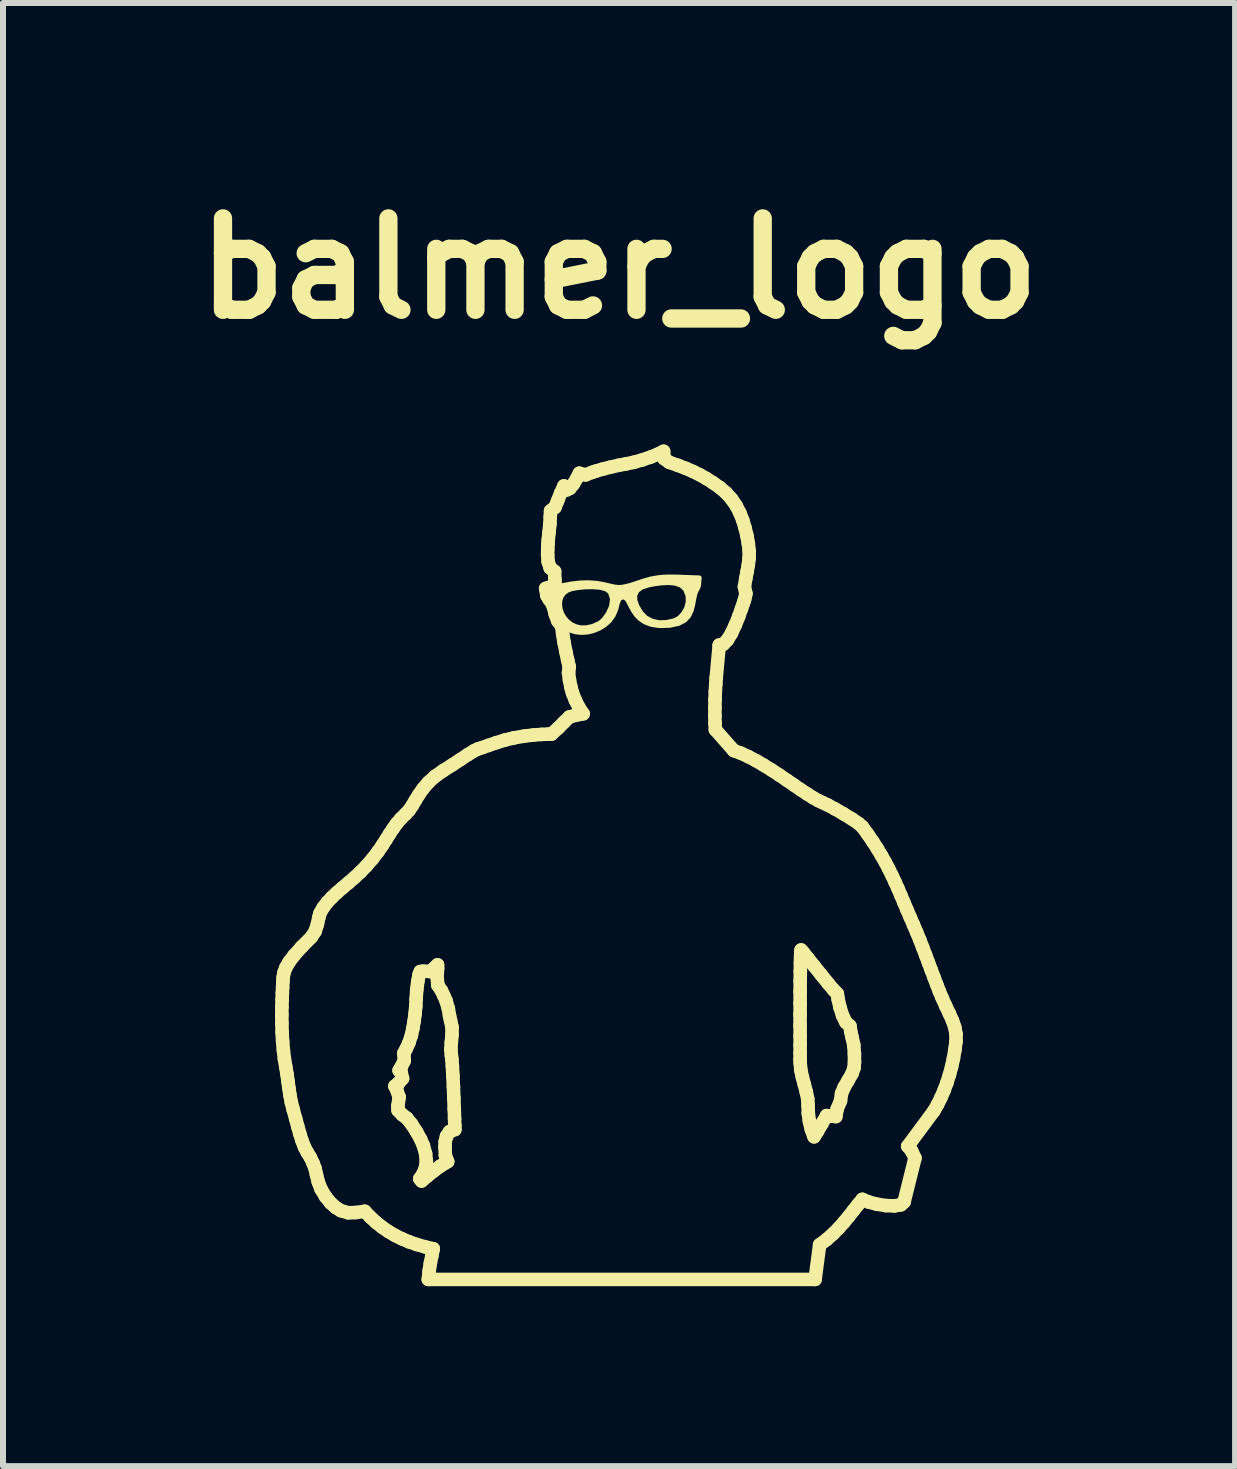
<source format=kicad_pcb>
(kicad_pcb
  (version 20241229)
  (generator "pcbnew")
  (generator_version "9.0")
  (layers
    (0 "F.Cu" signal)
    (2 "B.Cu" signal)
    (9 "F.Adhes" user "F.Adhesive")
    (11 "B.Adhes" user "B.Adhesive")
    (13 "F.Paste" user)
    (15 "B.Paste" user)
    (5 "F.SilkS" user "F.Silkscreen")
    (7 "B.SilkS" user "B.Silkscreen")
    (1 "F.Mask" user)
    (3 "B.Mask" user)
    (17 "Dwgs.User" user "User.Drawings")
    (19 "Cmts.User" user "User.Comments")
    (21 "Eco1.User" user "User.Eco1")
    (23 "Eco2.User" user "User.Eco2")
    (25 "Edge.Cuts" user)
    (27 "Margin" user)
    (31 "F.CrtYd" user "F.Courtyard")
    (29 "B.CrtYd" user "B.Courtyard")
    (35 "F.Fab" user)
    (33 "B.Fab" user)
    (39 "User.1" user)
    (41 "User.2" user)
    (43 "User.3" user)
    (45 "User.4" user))
  (footprint "balmer_logo"
    (layer "F.Cu")
    (at 7.272 11.378)
    (property "Reference" "balmer_logo" (at 0 -9.952 0) (layer "F.SilkS") (effects (font (size 1.524 1.524) (thickness 0.305))))
    (attr smd)
    (fp_poly (pts (xy 0.498 -4.686) (xy 0.376 -4.647) (xy 0.3 -4.588) (xy 0.265 -4.514) (xy 0.268 -4.426) (xy 0.303 -4.329) (xy 0.366 -4.223) (xy 0.446 -4.14) (xy 0.547 -4.085) (xy 0.665 -4.058) (xy 0.794 -4.06) (xy 0.931 -4.092) (xy 1.008 -4.134) (xy 1.075 -4.205) (xy 1.127 -4.297) (xy 1.155 -4.401) (xy 1.151 -4.509) (xy 1.109 -4.614) (xy 1.039 -4.679) (xy 0.941 -4.713) (xy 0.826 -4.724) (xy 0.707 -4.719) (xy 0.594 -4.704) (xy 0.498 -4.686)) (stroke (width 0.08) (type solid)) (fill yes) (layer "F.Mask"))
    (fp_poly (pts (xy -0.792 -4.598) (xy -0.868 -4.57) (xy -0.926 -4.525) (xy -0.965 -4.469) (xy -0.987 -4.403) (xy -0.992 -4.332) (xy -0.982 -4.258) (xy -0.958 -4.186) (xy -0.919 -4.117) (xy -0.867 -4.055) (xy -0.802 -4.004) (xy -0.726 -3.967) (xy -0.639 -3.947) (xy -0.543 -3.948) (xy -0.437 -3.972) (xy -0.323 -4.024) (xy -0.256 -4.082) (xy -0.185 -4.18) (xy -0.129 -4.302) (xy -0.111 -4.429) (xy -0.15 -4.546) (xy -0.216 -4.594) (xy -0.32 -4.621) (xy -0.444 -4.631) (xy -0.575 -4.627) (xy -0.696 -4.615) (xy -0.792 -4.598)) (stroke (width 0.08) (type solid)) (fill yes) (layer "F.Mask"))
    (fp_line (start -5.623 2.496) (end -5.622 2.638) (stroke (width 0.226) (type solid)) (layer "F.SilkS"))
    (fp_line (start -5.622 2.638) (end -5.618 2.784) (stroke (width 0.226) (type solid)) (layer "F.SilkS"))
    (fp_line (start -5.622 2.363) (end -5.623 2.496) (stroke (width 0.226) (type solid)) (layer "F.SilkS"))
    (fp_line (start -5.618 2.239) (end -5.622 2.363) (stroke (width 0.226) (type solid)) (layer "F.SilkS"))
    (fp_line (start -5.618 2.784) (end -5.61 2.932) (stroke (width 0.226) (type solid)) (layer "F.SilkS"))
    (fp_line (start -5.614 2.129) (end -5.618 2.239) (stroke (width 0.226) (type solid)) (layer "F.SilkS"))
    (fp_line (start -5.61 2.034) (end -5.614 2.129) (stroke (width 0.226) (type solid)) (layer "F.SilkS"))
    (fp_line (start -5.61 2.932) (end -5.597 3.081) (stroke (width 0.226) (type solid)) (layer "F.SilkS"))
    (fp_line (start -5.606 1.944) (end -5.61 2.034) (stroke (width 0.226) (type solid)) (layer "F.SilkS"))
    (fp_line (start -5.6 1.863) (end -5.606 1.944) (stroke (width 0.226) (type solid)) (layer "F.SilkS"))
    (fp_line (start -5.597 3.081) (end -5.58 3.226) (stroke (width 0.226) (type solid)) (layer "F.SilkS"))
    (fp_line (start -5.586 1.785) (end -5.6 1.863) (stroke (width 0.226) (type solid)) (layer "F.SilkS"))
    (fp_line (start -5.58 3.226) (end -5.556 3.367) (stroke (width 0.226) (type solid)) (layer "F.SilkS"))
    (fp_line (start -5.556 3.367) (end -5.537 3.48) (stroke (width 0.226) (type solid)) (layer "F.SilkS"))
    (fp_line (start -5.555 1.703) (end -5.586 1.785) (stroke (width 0.226) (type solid)) (layer "F.SilkS"))
    (fp_line (start -5.537 3.48) (end -5.521 3.596) (stroke (width 0.226) (type solid)) (layer "F.SilkS"))
    (fp_line (start -5.521 3.596) (end -5.505 3.714) (stroke (width 0.226) (type solid)) (layer "F.SilkS"))
    (fp_line (start -5.505 3.714) (end -5.487 3.832) (stroke (width 0.226) (type solid)) (layer "F.SilkS"))
    (fp_line (start -5.501 1.61) (end -5.555 1.703) (stroke (width 0.226) (type solid)) (layer "F.SilkS"))
    (fp_line (start -5.487 3.832) (end -5.465 3.951) (stroke (width 0.226) (type solid)) (layer "F.SilkS"))
    (fp_line (start -5.465 3.951) (end -5.435 4.068) (stroke (width 0.226) (type solid)) (layer "F.SilkS"))
    (fp_line (start -5.435 4.068) (end -5.392 4.224) (stroke (width 0.226) (type solid)) (layer "F.SilkS"))
    (fp_line (start -5.417 1.499) (end -5.501 1.61) (stroke (width 0.226) (type solid)) (layer "F.SilkS"))
    (fp_line (start -5.392 4.224) (end -5.357 4.354) (stroke (width 0.226) (type solid)) (layer "F.SilkS"))
    (fp_line (start -5.357 4.354) (end -5.325 4.47) (stroke (width 0.226) (type solid)) (layer "F.SilkS"))
    (fp_line (start -5.325 4.47) (end -5.29 4.582) (stroke (width 0.226) (type solid)) (layer "F.SilkS"))
    (fp_line (start -5.295 1.363) (end -5.417 1.499) (stroke (width 0.226) (type solid)) (layer "F.SilkS"))
    (fp_line (start -5.29 4.582) (end -5.245 4.699) (stroke (width 0.226) (type solid)) (layer "F.SilkS"))
    (fp_line (start -5.245 4.699) (end -5.198 4.787) (stroke (width 0.226) (type solid)) (layer "F.SilkS"))
    (fp_line (start -5.198 4.787) (end -5.148 4.868) (stroke (width 0.226) (type solid)) (layer "F.SilkS"))
    (fp_line (start -5.148 4.868) (end -5.103 4.964) (stroke (width 0.226) (type solid)) (layer "F.SilkS"))
    (fp_line (start -5.13 1.196) (end -5.295 1.363) (stroke (width 0.226) (type solid)) (layer "F.SilkS"))
    (fp_line (start -5.103 4.964) (end -5.069 5.053) (stroke (width 0.226) (type solid)) (layer "F.SilkS"))
    (fp_line (start -5.069 5.053) (end -5.045 5.159) (stroke (width 0.226) (type solid)) (layer "F.SilkS"))
    (fp_line (start -5.067 1.099) (end -5.13 1.196) (stroke (width 0.226) (type solid)) (layer "F.SilkS"))
    (fp_line (start -5.045 5.159) (end -5.016 5.276) (stroke (width 0.226) (type solid)) (layer "F.SilkS"))
    (fp_line (start -5.03 0.982) (end -5.067 1.099) (stroke (width 0.226) (type solid)) (layer "F.SilkS"))
    (fp_line (start -5.016 5.276) (end -4.97 5.397) (stroke (width 0.226) (type solid)) (layer "F.SilkS"))
    (fp_line (start -5.007 0.873) (end -5.03 0.982) (stroke (width 0.226) (type solid)) (layer "F.SilkS"))
    (fp_line (start -4.987 0.799) (end -5.007 0.873) (stroke (width 0.226) (type solid)) (layer "F.SilkS"))
    (fp_line (start -4.97 5.397) (end -4.894 5.524) (stroke (width 0.226) (type solid)) (layer "F.SilkS"))
    (fp_line (start -4.934 0.706) (end -4.987 0.799) (stroke (width 0.226) (type solid)) (layer "F.SilkS"))
    (fp_line (start -4.894 5.524) (end -4.81 5.628) (stroke (width 0.226) (type solid)) (layer "F.SilkS"))
    (fp_line (start -4.867 0.618) (end -4.934 0.706) (stroke (width 0.226) (type solid)) (layer "F.SilkS"))
    (fp_line (start -4.81 5.628) (end -4.723 5.706) (stroke (width 0.226) (type solid)) (layer "F.SilkS"))
    (fp_line (start -4.789 0.535) (end -4.867 0.618) (stroke (width 0.226) (type solid)) (layer "F.SilkS"))
    (fp_line (start -4.723 5.706) (end -4.64 5.757) (stroke (width 0.226) (type solid)) (layer "F.SilkS"))
    (fp_line (start -4.702 0.453) (end -4.789 0.535) (stroke (width 0.226) (type solid)) (layer "F.SilkS"))
    (fp_line (start -4.64 5.757) (end -4.515 5.793) (stroke (width 0.226) (type solid)) (layer "F.SilkS"))
    (fp_line (start -4.609 0.372) (end -4.702 0.453) (stroke (width 0.226) (type solid)) (layer "F.SilkS"))
    (fp_line (start -4.515 5.793) (end -4.392 5.789) (stroke (width 0.226) (type solid)) (layer "F.SilkS"))
    (fp_line (start -4.511 0.29) (end -4.609 0.372) (stroke (width 0.226) (type solid)) (layer "F.SilkS"))
    (fp_line (start -4.412 0.204) (end -4.511 0.29) (stroke (width 0.226) (type solid)) (layer "F.SilkS"))
    (fp_line (start -4.392 5.789) (end -4.24 5.768) (stroke (width 0.226) (type solid)) (layer "F.SilkS"))
    (fp_line (start -4.313 0.112) (end -4.412 0.204) (stroke (width 0.226) (type solid)) (layer "F.SilkS"))
    (fp_line (start -4.24 5.768) (end -4.146 5.866) (stroke (width 0.226) (type solid)) (layer "F.SilkS"))
    (fp_line (start -4.218 0.014) (end -4.313 0.112) (stroke (width 0.226) (type solid)) (layer "F.SilkS"))
    (fp_line (start -4.146 5.866) (end -4.049 5.955) (stroke (width 0.226) (type solid)) (layer "F.SilkS"))
    (fp_line (start -4.11 -0.11) (end -4.218 0.014) (stroke (width 0.226) (type solid)) (layer "F.SilkS"))
    (fp_line (start -4.049 5.955) (end -3.948 6.035) (stroke (width 0.226) (type solid)) (layer "F.SilkS"))
    (fp_line (start -4.022 -0.225) (end -4.11 -0.11) (stroke (width 0.226) (type solid)) (layer "F.SilkS"))
    (fp_line (start -3.948 -0.332) (end -4.022 -0.225) (stroke (width 0.226) (type solid)) (layer "F.SilkS"))
    (fp_line (start -3.948 6.035) (end -3.843 6.107) (stroke (width 0.226) (type solid)) (layer "F.SilkS"))
    (fp_line (start -3.885 -0.431) (end -3.948 -0.332) (stroke (width 0.226) (type solid)) (layer "F.SilkS"))
    (fp_line (start -3.843 6.107) (end -3.734 6.171) (stroke (width 0.226) (type solid)) (layer "F.SilkS"))
    (fp_line (start -3.827 -0.524) (end -3.885 -0.431) (stroke (width 0.226) (type solid)) (layer "F.SilkS"))
    (fp_line (start -3.769 -0.612) (end -3.827 -0.524) (stroke (width 0.226) (type solid)) (layer "F.SilkS"))
    (fp_line (start -3.738 3.681) (end -3.708 3.741) (stroke (width 0.226) (type solid)) (layer "F.SilkS"))
    (fp_line (start -3.734 6.171) (end -3.619 6.228) (stroke (width 0.226) (type solid)) (layer "F.SilkS"))
    (fp_line (start -3.709 -0.696) (end -3.769 -0.612) (stroke (width 0.226) (type solid)) (layer "F.SilkS"))
    (fp_line (start -3.708 3.741) (end -3.667 3.864) (stroke (width 0.226) (type solid)) (layer "F.SilkS"))
    (fp_line (start -3.687 4.01) (end -3.685 4.085) (stroke (width 0.226) (type solid)) (layer "F.SilkS"))
    (fp_line (start -3.685 4.085) (end -3.611 4.162) (stroke (width 0.226) (type solid)) (layer "F.SilkS"))
    (fp_line (start -3.679 3.632) (end -3.738 3.681) (stroke (width 0.226) (type solid)) (layer "F.SilkS"))
    (fp_line (start -3.668 3.419) (end -3.632 3.46) (stroke (width 0.226) (type solid)) (layer "F.SilkS"))
    (fp_line (start -3.667 3.864) (end -3.687 4.01) (stroke (width 0.226) (type solid)) (layer "F.SilkS"))
    (fp_line (start -3.64 -0.777) (end -3.709 -0.696) (stroke (width 0.226) (type solid)) (layer "F.SilkS"))
    (fp_line (start -3.633 3.362) (end -3.668 3.419) (stroke (width 0.226) (type solid)) (layer "F.SilkS"))
    (fp_line (start -3.632 3.46) (end -3.61 3.554) (stroke (width 0.226) (type solid)) (layer "F.SilkS"))
    (fp_line (start -3.619 6.228) (end -3.499 6.278) (stroke (width 0.226) (type solid)) (layer "F.SilkS"))
    (fp_line (start -3.611 4.162) (end -3.541 4.213) (stroke (width 0.226) (type solid)) (layer "F.SilkS"))
    (fp_line (start -3.61 3.554) (end -3.679 3.632) (stroke (width 0.226) (type solid)) (layer "F.SilkS"))
    (fp_line (start -3.59 3.136) (end -3.581 3.255) (stroke (width 0.226) (type solid)) (layer "F.SilkS"))
    (fp_line (start -3.581 3.255) (end -3.633 3.362) (stroke (width 0.226) (type solid)) (layer "F.SilkS"))
    (fp_line (start -3.558 -0.857) (end -3.64 -0.777) (stroke (width 0.226) (type solid)) (layer "F.SilkS"))
    (fp_line (start -3.553 3.065) (end -3.59 3.136) (stroke (width 0.226) (type solid)) (layer "F.SilkS"))
    (fp_line (start -3.541 4.213) (end -3.459 4.315) (stroke (width 0.226) (type solid)) (layer "F.SilkS"))
    (fp_line (start -3.505 2.963) (end -3.553 3.065) (stroke (width 0.226) (type solid)) (layer "F.SilkS"))
    (fp_line (start -3.501 -0.919) (end -3.558 -0.857) (stroke (width 0.226) (type solid)) (layer "F.SilkS"))
    (fp_line (start -3.499 6.278) (end -3.373 6.322) (stroke (width 0.226) (type solid)) (layer "F.SilkS"))
    (fp_line (start -3.463 2.834) (end -3.505 2.963) (stroke (width 0.226) (type solid)) (layer "F.SilkS"))
    (fp_line (start -3.459 4.315) (end -3.377 4.443) (stroke (width 0.226) (type solid)) (layer "F.SilkS"))
    (fp_line (start -3.449 -0.995) (end -3.501 -0.919) (stroke (width 0.226) (type solid)) (layer "F.SilkS"))
    (fp_line (start -3.438 2.717) (end -3.463 2.834) (stroke (width 0.226) (type solid)) (layer "F.SilkS"))
    (fp_line (start -3.417 2.597) (end -3.438 2.717) (stroke (width 0.226) (type solid)) (layer "F.SilkS"))
    (fp_line (start -3.401 2.475) (end -3.417 2.597) (stroke (width 0.226) (type solid)) (layer "F.SilkS"))
    (fp_line (start -3.398 -1.082) (end -3.449 -0.995) (stroke (width 0.226) (type solid)) (layer "F.SilkS"))
    (fp_line (start -3.39 2.351) (end -3.401 2.475) (stroke (width 0.226) (type solid)) (layer "F.SilkS"))
    (fp_line (start -3.383 2.225) (end -3.39 2.351) (stroke (width 0.226) (type solid)) (layer "F.SilkS"))
    (fp_line (start -3.377 4.443) (end -3.307 4.57) (stroke (width 0.226) (type solid)) (layer "F.SilkS"))
    (fp_line (start -3.374 2.078) (end -3.383 2.225) (stroke (width 0.226) (type solid)) (layer "F.SilkS"))
    (fp_line (start -3.373 6.322) (end -3.239 6.36) (stroke (width 0.226) (type solid)) (layer "F.SilkS"))
    (fp_line (start -3.356 1.937) (end -3.374 2.078) (stroke (width 0.226) (type solid)) (layer "F.SilkS"))
    (fp_line (start -3.34 -1.176) (end -3.398 -1.082) (stroke (width 0.226) (type solid)) (layer "F.SilkS"))
    (fp_line (start -3.335 1.826) (end -3.356 1.937) (stroke (width 0.226) (type solid)) (layer "F.SilkS"))
    (fp_line (start -3.323 5.225) (end -3.293 5.263) (stroke (width 0.226) (type solid)) (layer "F.SilkS"))
    (fp_line (start -3.315 1.771) (end -3.335 1.826) (stroke (width 0.226) (type solid)) (layer "F.SilkS"))
    (fp_line (start -3.307 4.57) (end -3.263 4.672) (stroke (width 0.226) (type solid)) (layer "F.SilkS"))
    (fp_line (start -3.293 5.263) (end -3.199 5.182) (stroke (width 0.226) (type solid)) (layer "F.SilkS"))
    (fp_line (start -3.279 5.163) (end -3.323 5.225) (stroke (width 0.226) (type solid)) (layer "F.SilkS"))
    (fp_line (start -3.27 -1.276) (end -3.34 -1.176) (stroke (width 0.226) (type solid)) (layer "F.SilkS"))
    (fp_line (start -3.266 1.765) (end -3.315 1.771) (stroke (width 0.226) (type solid)) (layer "F.SilkS"))
    (fp_line (start -3.263 4.672) (end -3.226 4.808) (stroke (width 0.226) (type solid)) (layer "F.SilkS"))
    (fp_line (start -3.239 6.36) (end -3.098 6.393) (stroke (width 0.226) (type solid)) (layer "F.SilkS"))
    (fp_line (start -3.233 5.058) (end -3.279 5.163) (stroke (width 0.226) (type solid)) (layer "F.SilkS"))
    (fp_line (start -3.226 4.808) (end -3.213 4.942) (stroke (width 0.226) (type solid)) (layer "F.SilkS"))
    (fp_line (start -3.213 4.942) (end -3.233 5.058) (stroke (width 0.226) (type solid)) (layer "F.SilkS"))
    (fp_line (start -3.199 5.182) (end -3.094 5.098) (stroke (width 0.226) (type solid)) (layer "F.SilkS"))
    (fp_line (start -3.183 -1.379) (end -3.27 -1.276) (stroke (width 0.226) (type solid)) (layer "F.SilkS"))
    (fp_line (start -3.181 6.904) (end 3.268 6.904) (stroke (width 0.226) (type solid)) (layer "F.SilkS"))
    (fp_line (start -3.166 6.761) (end -3.181 6.904) (stroke (width 0.226) (type solid)) (layer "F.SilkS"))
    (fp_line (start -3.152 1.77) (end -3.266 1.765) (stroke (width 0.226) (type solid)) (layer "F.SilkS"))
    (fp_line (start -3.147 6.636) (end -3.166 6.761) (stroke (width 0.226) (type solid)) (layer "F.SilkS"))
    (fp_line (start -3.123 6.517) (end -3.147 6.636) (stroke (width 0.226) (type solid)) (layer "F.SilkS"))
    (fp_line (start -3.098 6.393) (end -3.123 6.517) (stroke (width 0.226) (type solid)) (layer "F.SilkS"))
    (fp_line (start -3.094 5.098) (end -2.981 5.015) (stroke (width 0.226) (type solid)) (layer "F.SilkS"))
    (fp_line (start -3.072 -1.481) (end -3.183 -1.379) (stroke (width 0.226) (type solid)) (layer "F.SilkS"))
    (fp_line (start -3.069 1.701) (end -3.152 1.77) (stroke (width 0.226) (type solid)) (layer "F.SilkS"))
    (fp_line (start -3.034 1.854) (end -3.026 1.721) (stroke (width 0.226) (type solid)) (layer "F.SilkS"))
    (fp_line (start -3.027 1.659) (end -3.069 1.701) (stroke (width 0.226) (type solid)) (layer "F.SilkS"))
    (fp_line (start -3.026 1.721) (end -3.027 1.659) (stroke (width 0.226) (type solid)) (layer "F.SilkS"))
    (fp_line (start -3.022 1.998) (end -3.034 1.854) (stroke (width 0.226) (type solid)) (layer "F.SilkS"))
    (fp_line (start -2.981 5.015) (end -2.858 4.94) (stroke (width 0.226) (type solid)) (layer "F.SilkS"))
    (fp_line (start -2.96 2.093) (end -3.022 1.998) (stroke (width 0.226) (type solid)) (layer "F.SilkS"))
    (fp_line (start -2.931 -1.58) (end -3.072 -1.481) (stroke (width 0.226) (type solid)) (layer "F.SilkS"))
    (fp_line (start -2.924 2.169) (end -2.96 2.093) (stroke (width 0.226) (type solid)) (layer "F.SilkS"))
    (fp_line (start -2.902 4.695) (end -2.899 4.609) (stroke (width 0.226) (type solid)) (layer "F.SilkS"))
    (fp_line (start -2.899 4.609) (end -2.877 4.517) (stroke (width 0.226) (type solid)) (layer "F.SilkS"))
    (fp_line (start -2.896 4.837) (end -2.902 4.695) (stroke (width 0.226) (type solid)) (layer "F.SilkS"))
    (fp_line (start -2.887 2.252) (end -2.924 2.169) (stroke (width 0.226) (type solid)) (layer "F.SilkS"))
    (fp_line (start -2.877 4.517) (end -2.826 4.44) (stroke (width 0.226) (type solid)) (layer "F.SilkS"))
    (fp_line (start -2.858 4.94) (end -2.896 4.837) (stroke (width 0.226) (type solid)) (layer "F.SilkS"))
    (fp_line (start -2.847 2.388) (end -2.887 2.252) (stroke (width 0.226) (type solid)) (layer "F.SilkS"))
    (fp_line (start -2.827 2.508) (end -2.847 2.388) (stroke (width 0.226) (type solid)) (layer "F.SilkS"))
    (fp_line (start -2.826 4.44) (end -2.738 4.406) (stroke (width 0.226) (type solid)) (layer "F.SilkS"))
    (fp_line (start -2.81 2.585) (end -2.827 2.508) (stroke (width 0.226) (type solid)) (layer "F.SilkS"))
    (fp_line (start -2.805 3.069) (end -2.797 2.951) (stroke (width 0.226) (type solid)) (layer "F.SilkS"))
    (fp_line (start -2.797 2.951) (end -2.785 2.825) (stroke (width 0.226) (type solid)) (layer "F.SilkS"))
    (fp_line (start -2.796 3.169) (end -2.805 3.069) (stroke (width 0.226) (type solid)) (layer "F.SilkS"))
    (fp_line (start -2.788 3.231) (end -2.796 3.169) (stroke (width 0.226) (type solid)) (layer "F.SilkS"))
    (fp_line (start -2.785 2.825) (end -2.785 2.7) (stroke (width 0.226) (type solid)) (layer "F.SilkS"))
    (fp_line (start -2.785 2.7) (end -2.81 2.585) (stroke (width 0.226) (type solid)) (layer "F.SilkS"))
    (fp_line (start -2.784 -1.673) (end -2.931 -1.58) (stroke (width 0.226) (type solid)) (layer "F.SilkS"))
    (fp_line (start -2.779 3.35) (end -2.788 3.231) (stroke (width 0.226) (type solid)) (layer "F.SilkS"))
    (fp_line (start -2.771 3.507) (end -2.779 3.35) (stroke (width 0.226) (type solid)) (layer "F.SilkS"))
    (fp_line (start -2.762 3.689) (end -2.771 3.507) (stroke (width 0.226) (type solid)) (layer "F.SilkS"))
    (fp_line (start -2.755 3.879) (end -2.762 3.689) (stroke (width 0.226) (type solid)) (layer "F.SilkS"))
    (fp_line (start -2.748 4.061) (end -2.755 3.879) (stroke (width 0.226) (type solid)) (layer "F.SilkS"))
    (fp_line (start -2.743 4.22) (end -2.748 4.061) (stroke (width 0.226) (type solid)) (layer "F.SilkS"))
    (fp_line (start -2.739 4.34) (end -2.743 4.22) (stroke (width 0.226) (type solid)) (layer "F.SilkS"))
    (fp_line (start -2.738 4.406) (end -2.739 4.34) (stroke (width 0.226) (type solid)) (layer "F.SilkS"))
    (fp_line (start -2.642 -1.766) (end -2.784 -1.673) (stroke (width 0.226) (type solid)) (layer "F.SilkS"))
    (fp_line (start -2.517 -1.849) (end -2.642 -1.766) (stroke (width 0.226) (type solid)) (layer "F.SilkS"))
    (fp_line (start -2.418 -1.91) (end -2.517 -1.849) (stroke (width 0.226) (type solid)) (layer "F.SilkS"))
    (fp_line (start -2.355 -1.94) (end -2.418 -1.91) (stroke (width 0.226) (type solid)) (layer "F.SilkS"))
    (fp_line (start -2.282 -1.963) (end -2.355 -1.94) (stroke (width 0.226) (type solid)) (layer "F.SilkS"))
    (fp_line (start -2.177 -2) (end -2.282 -1.963) (stroke (width 0.226) (type solid)) (layer "F.SilkS"))
    (fp_line (start -2.049 -2.044) (end -2.177 -2) (stroke (width 0.226) (type solid)) (layer "F.SilkS"))
    (fp_line (start -1.907 -2.088) (end -2.049 -2.044) (stroke (width 0.226) (type solid)) (layer "F.SilkS"))
    (fp_line (start -1.759 -2.124) (end -1.907 -2.088) (stroke (width 0.226) (type solid)) (layer "F.SilkS"))
    (fp_line (start -1.587 -2.154) (end -1.759 -2.124) (stroke (width 0.226) (type solid)) (layer "F.SilkS"))
    (fp_line (start -1.428 -2.173) (end -1.587 -2.154) (stroke (width 0.226) (type solid)) (layer "F.SilkS"))
    (fp_line (start -1.291 -2.183) (end -1.428 -2.173) (stroke (width 0.226) (type solid)) (layer "F.SilkS"))
    (fp_line (start -1.224 -4.617) (end -1.203 -4.498) (stroke (width 0.226) (type solid)) (layer "F.SilkS"))
    (fp_line (start -1.203 -4.498) (end -1.167 -4.436) (stroke (width 0.226) (type solid)) (layer "F.SilkS"))
    (fp_line (start -1.191 -5.177) (end -1.182 -5.062) (stroke (width 0.226) (type solid)) (layer "F.SilkS"))
    (fp_line (start -1.19 -5.263) (end -1.191 -5.177) (stroke (width 0.226) (type solid)) (layer "F.SilkS"))
    (fp_line (start -1.187 -2.187) (end -1.291 -2.183) (stroke (width 0.226) (type solid)) (layer "F.SilkS"))
    (fp_line (start -1.185 -5.356) (end -1.19 -5.263) (stroke (width 0.226) (type solid)) (layer "F.SilkS"))
    (fp_line (start -1.182 -5.062) (end -1.148 -4.957) (stroke (width 0.226) (type solid)) (layer "F.SilkS"))
    (fp_line (start -1.18 -5.429) (end -1.185 -5.356) (stroke (width 0.226) (type solid)) (layer "F.SilkS"))
    (fp_line (start -1.168 -5.55) (end -1.18 -5.429) (stroke (width 0.226) (type solid)) (layer "F.SilkS"))
    (fp_line (start -1.167 -4.436) (end -1.127 -4.387) (stroke (width 0.226) (type solid)) (layer "F.SilkS"))
    (fp_line (start -1.155 -4.638) (end -1.224 -4.617) (stroke (width 0.226) (type solid)) (layer "F.SilkS"))
    (fp_line (start -1.154 -5.687) (end -1.168 -5.55) (stroke (width 0.226) (type solid)) (layer "F.SilkS"))
    (fp_line (start -1.148 -4.957) (end -1.075 -4.901) (stroke (width 0.226) (type solid)) (layer "F.SilkS"))
    (fp_line (start -1.147 -5.813) (end -1.154 -5.687) (stroke (width 0.226) (type solid)) (layer "F.SilkS"))
    (fp_line (start -1.142 -5.911) (end -1.147 -5.813) (stroke (width 0.226) (type solid)) (layer "F.SilkS"))
    (fp_line (start -1.127 -4.387) (end -1.094 -4.308) (stroke (width 0.226) (type solid)) (layer "F.SilkS"))
    (fp_line (start -1.126 -2.188) (end -1.187 -2.187) (stroke (width 0.226) (type solid)) (layer "F.SilkS"))
    (fp_line (start -1.094 -4.308) (end -1.063 -4.185) (stroke (width 0.226) (type solid)) (layer "F.SilkS"))
    (fp_line (start -1.075 -4.901) (end -1.07 -4.765) (stroke (width 0.226) (type solid)) (layer "F.SilkS"))
    (fp_line (start -1.07 -4.765) (end -1.065 -4.659) (stroke (width 0.226) (type solid)) (layer "F.SilkS"))
    (fp_line (start -1.068 -5.969) (end -1.142 -5.911) (stroke (width 0.226) (type solid)) (layer "F.SilkS"))
    (fp_line (start -1.065 -4.659) (end -1.155 -4.638) (stroke (width 0.226) (type solid)) (layer "F.SilkS"))
    (fp_line (start -1.063 -4.185) (end -1.023 -4.077) (stroke (width 0.226) (type solid)) (layer "F.SilkS"))
    (fp_line (start -1.026 -6.074) (end -1.068 -5.969) (stroke (width 0.226) (type solid)) (layer "F.SilkS"))
    (fp_line (start -1.023 -4.077) (end -0.955 -3.982) (stroke (width 0.226) (type solid)) (layer "F.SilkS"))
    (fp_line (start -1.011 -2.293) (end -1.126 -2.188) (stroke (width 0.226) (type solid)) (layer "F.SilkS"))
    (fp_line (start -0.975 -6.203) (end -1.026 -6.074) (stroke (width 0.226) (type solid)) (layer "F.SilkS"))
    (fp_line (start -0.955 -3.982) (end -0.941 -3.861) (stroke (width 0.226) (type solid)) (layer "F.SilkS"))
    (fp_line (start -0.941 -3.861) (end -0.917 -3.715) (stroke (width 0.226) (type solid)) (layer "F.SilkS"))
    (fp_line (start -0.92 -6.326) (end -0.975 -6.203) (stroke (width 0.226) (type solid)) (layer "F.SilkS"))
    (fp_line (start -0.92 -2.385) (end -1.011 -2.293) (stroke (width 0.226) (type solid)) (layer "F.SilkS"))
    (fp_line (start -0.917 -3.715) (end -0.887 -3.563) (stroke (width 0.226) (type solid)) (layer "F.SilkS"))
    (fp_line (start -0.887 -3.563) (end -0.857 -3.422) (stroke (width 0.226) (type solid)) (layer "F.SilkS"))
    (fp_line (start -0.88 -6.258) (end -0.92 -6.326) (stroke (width 0.226) (type solid)) (layer "F.SilkS"))
    (fp_line (start -0.857 -3.422) (end -0.83 -3.309) (stroke (width 0.226) (type solid)) (layer "F.SilkS"))
    (fp_line (start -0.843 -3.211) (end -0.827 -3.091) (stroke (width 0.226) (type solid)) (layer "F.SilkS"))
    (fp_line (start -0.83 -3.309) (end -0.843 -3.211) (stroke (width 0.226) (type solid)) (layer "F.SilkS"))
    (fp_line (start -0.829 -2.474) (end -0.92 -2.385) (stroke (width 0.226) (type solid)) (layer "F.SilkS"))
    (fp_line (start -0.827 -3.091) (end -0.803 -2.971) (stroke (width 0.226) (type solid)) (layer "F.SilkS"))
    (fp_line (start -0.821 -6.284) (end -0.88 -6.258) (stroke (width 0.226) (type solid)) (layer "F.SilkS"))
    (fp_line (start -0.803 -2.971) (end -0.776 -2.871) (stroke (width 0.226) (type solid)) (layer "F.SilkS"))
    (fp_line (start -0.776 -2.871) (end -0.727 -2.749) (stroke (width 0.226) (type solid)) (layer "F.SilkS"))
    (fp_line (start -0.759 -6.362) (end -0.821 -6.284) (stroke (width 0.226) (type solid)) (layer "F.SilkS"))
    (fp_line (start -0.727 -2.749) (end -0.666 -2.627) (stroke (width 0.226) (type solid)) (layer "F.SilkS"))
    (fp_line (start -0.711 -2.505) (end -0.829 -2.474) (stroke (width 0.226) (type solid)) (layer "F.SilkS"))
    (fp_line (start -0.699 -6.463) (end -0.759 -6.362) (stroke (width 0.226) (type solid)) (layer "F.SilkS"))
    (fp_line (start -0.666 -2.627) (end -0.599 -2.527) (stroke (width 0.226) (type solid)) (layer "F.SilkS"))
    (fp_line (start -0.662 -6.538) (end -0.699 -6.463) (stroke (width 0.226) (type solid)) (layer "F.SilkS"))
    (fp_line (start -0.599 -2.527) (end -0.711 -2.505) (stroke (width 0.226) (type solid)) (layer "F.SilkS"))
    (fp_line (start -0.559 -6.51) (end -0.662 -6.538) (stroke (width 0.226) (type solid)) (layer "F.SilkS"))
    (fp_line (start -0.447 -6.553) (end -0.559 -6.51) (stroke (width 0.226) (type solid)) (layer "F.SilkS"))
    (fp_line (start -0.387 -6.573) (end -0.447 -6.553) (stroke (width 0.226) (type solid)) (layer "F.SilkS"))
    (fp_line (start -0.281 -6.604) (end -0.387 -6.573) (stroke (width 0.226) (type solid)) (layer "F.SilkS"))
    (fp_line (start -0.148 -6.638) (end -0.281 -6.604) (stroke (width 0.226) (type solid)) (layer "F.SilkS"))
    (fp_line (start -0.008 -6.67) (end -0.148 -6.638) (stroke (width 0.226) (type solid)) (layer "F.SilkS"))
    (fp_line (start 0.119 -6.694) (end -0.008 -6.67) (stroke (width 0.226) (type solid)) (layer "F.SilkS"))
    (fp_line (start 0.245 -6.72) (end 0.119 -6.694) (stroke (width 0.226) (type solid)) (layer "F.SilkS"))
    (fp_line (start 0.387 -6.76) (end 0.245 -6.72) (stroke (width 0.226) (type solid)) (layer "F.SilkS"))
    (fp_line (start 0.528 -6.808) (end 0.387 -6.76) (stroke (width 0.226) (type solid)) (layer "F.SilkS"))
    (fp_line (start 0.652 -6.858) (end 0.528 -6.808) (stroke (width 0.226) (type solid)) (layer "F.SilkS"))
    (fp_line (start 0.742 -6.904) (end 0.652 -6.858) (stroke (width 0.226) (type solid)) (layer "F.SilkS"))
    (fp_line (start 0.751 -6.782) (end 0.742 -6.904) (stroke (width 0.226) (type solid)) (layer "F.SilkS"))
    (fp_line (start 0.837 -6.719) (end 0.751 -6.782) (stroke (width 0.226) (type solid)) (layer "F.SilkS"))
    (fp_line (start 0.982 -6.669) (end 0.837 -6.719) (stroke (width 0.226) (type solid)) (layer "F.SilkS"))
    (fp_line (start 1.112 -6.619) (end 0.982 -6.669) (stroke (width 0.226) (type solid)) (layer "F.SilkS"))
    (fp_line (start 1.232 -6.567) (end 1.112 -6.619) (stroke (width 0.226) (type solid)) (layer "F.SilkS"))
    (fp_line (start 1.345 -6.512) (end 1.232 -6.567) (stroke (width 0.226) (type solid)) (layer "F.SilkS"))
    (fp_line (start 1.455 -6.45) (end 1.345 -6.512) (stroke (width 0.226) (type solid)) (layer "F.SilkS"))
    (fp_line (start 1.565 -6.38) (end 1.455 -6.45) (stroke (width 0.226) (type solid)) (layer "F.SilkS"))
    (fp_line (start 1.597 -2.493) (end 1.598 -2.628) (stroke (width 0.226) (type solid)) (layer "F.SilkS"))
    (fp_line (start 1.598 -2.628) (end 1.6 -2.765) (stroke (width 0.226) (type solid)) (layer "F.SilkS"))
    (fp_line (start 1.6 -2.369) (end 1.597 -2.493) (stroke (width 0.226) (type solid)) (layer "F.SilkS"))
    (fp_line (start 1.6 -2.765) (end 1.605 -2.899) (stroke (width 0.226) (type solid)) (layer "F.SilkS"))
    (fp_line (start 1.605 -2.899) (end 1.612 -3.023) (stroke (width 0.226) (type solid)) (layer "F.SilkS"))
    (fp_line (start 1.605 -2.262) (end 1.6 -2.369) (stroke (width 0.226) (type solid)) (layer "F.SilkS"))
    (fp_line (start 1.612 -3.023) (end 1.62 -3.129) (stroke (width 0.226) (type solid)) (layer "F.SilkS"))
    (fp_line (start 1.62 -3.129) (end 1.67 -3.673) (stroke (width 0.226) (type solid)) (layer "F.SilkS"))
    (fp_line (start 1.67 -3.673) (end 1.736 -3.685) (stroke (width 0.226) (type solid)) (layer "F.SilkS"))
    (fp_line (start 1.679 -6.3) (end 1.565 -6.38) (stroke (width 0.226) (type solid)) (layer "F.SilkS"))
    (fp_line (start 1.736 -3.685) (end 1.805 -3.756) (stroke (width 0.226) (type solid)) (layer "F.SilkS"))
    (fp_line (start 1.788 -6.207) (end 1.679 -6.3) (stroke (width 0.226) (type solid)) (layer "F.SilkS"))
    (fp_line (start 1.805 -3.756) (end 1.874 -3.869) (stroke (width 0.226) (type solid)) (layer "F.SilkS"))
    (fp_line (start 1.874 -3.869) (end 1.938 -4.007) (stroke (width 0.226) (type solid)) (layer "F.SilkS"))
    (fp_line (start 1.879 -6.104) (end 1.788 -6.207) (stroke (width 0.226) (type solid)) (layer "F.SilkS"))
    (fp_line (start 1.912 -1.913) (end 1.605 -2.262) (stroke (width 0.226) (type solid)) (layer "F.SilkS"))
    (fp_line (start 1.938 -4.007) (end 1.995 -4.15) (stroke (width 0.226) (type solid)) (layer "F.SilkS"))
    (fp_line (start 1.954 -5.993) (end 1.879 -6.104) (stroke (width 0.226) (type solid)) (layer "F.SilkS"))
    (fp_line (start 1.995 -4.15) (end 2.042 -4.281) (stroke (width 0.226) (type solid)) (layer "F.SilkS"))
    (fp_line (start 2.015 -5.874) (end 1.954 -5.993) (stroke (width 0.226) (type solid)) (layer "F.SilkS"))
    (fp_line (start 2.031 -1.87) (end 1.912 -1.913) (stroke (width 0.226) (type solid)) (layer "F.SilkS"))
    (fp_line (start 2.042 -4.281) (end 2.076 -4.381) (stroke (width 0.226) (type solid)) (layer "F.SilkS"))
    (fp_line (start 2.063 -5.751) (end 2.015 -5.874) (stroke (width 0.226) (type solid)) (layer "F.SilkS"))
    (fp_line (start 2.076 -4.381) (end 2.093 -4.433) (stroke (width 0.226) (type solid)) (layer "F.SilkS"))
    (fp_line (start 2.09 -4.645) (end 2.112 -4.78) (stroke (width 0.226) (type solid)) (layer "F.SilkS"))
    (fp_line (start 2.093 -4.433) (end 2.115 -4.53) (stroke (width 0.226) (type solid)) (layer "F.SilkS"))
    (fp_line (start 2.101 -5.624) (end 2.063 -5.751) (stroke (width 0.226) (type solid)) (layer "F.SilkS"))
    (fp_line (start 2.112 -4.78) (end 2.135 -4.899) (stroke (width 0.226) (type solid)) (layer "F.SilkS"))
    (fp_line (start 2.115 -4.53) (end 2.09 -4.645) (stroke (width 0.226) (type solid)) (layer "F.SilkS"))
    (fp_line (start 2.132 -5.495) (end 2.101 -5.624) (stroke (width 0.226) (type solid)) (layer "F.SilkS"))
    (fp_line (start 2.135 -4.899) (end 2.155 -5.01) (stroke (width 0.226) (type solid)) (layer "F.SilkS"))
    (fp_line (start 2.155 -5.01) (end 2.168 -5.12) (stroke (width 0.226) (type solid)) (layer "F.SilkS"))
    (fp_line (start 2.155 -1.813) (end 2.031 -1.87) (stroke (width 0.226) (type solid)) (layer "F.SilkS"))
    (fp_line (start 2.155 -5.366) (end 2.132 -5.495) (stroke (width 0.226) (type solid)) (layer "F.SilkS"))
    (fp_line (start 2.168 -5.12) (end 2.17 -5.236) (stroke (width 0.226) (type solid)) (layer "F.SilkS"))
    (fp_line (start 2.17 -5.236) (end 2.155 -5.366) (stroke (width 0.226) (type solid)) (layer "F.SilkS"))
    (fp_line (start 2.283 -1.746) (end 2.155 -1.813) (stroke (width 0.226) (type solid)) (layer "F.SilkS"))
    (fp_line (start 2.413 -1.67) (end 2.283 -1.746) (stroke (width 0.226) (type solid)) (layer "F.SilkS"))
    (fp_line (start 2.543 -1.589) (end 2.413 -1.67) (stroke (width 0.226) (type solid)) (layer "F.SilkS"))
    (fp_line (start 2.672 -1.505) (end 2.543 -1.589) (stroke (width 0.226) (type solid)) (layer "F.SilkS"))
    (fp_line (start 2.797 -1.42) (end 2.672 -1.505) (stroke (width 0.226) (type solid)) (layer "F.SilkS"))
    (fp_line (start 2.918 -1.337) (end 2.797 -1.42) (stroke (width 0.226) (type solid)) (layer "F.SilkS"))
    (fp_line (start 3.018 2.669) (end 3.018 2.483) (stroke (width 0.226) (type solid)) (layer "F.SilkS"))
    (fp_line (start 3.018 2.483) (end 3.019 2.293) (stroke (width 0.226) (type solid)) (layer "F.SilkS"))
    (fp_line (start 3.019 2.843) (end 3.018 2.669) (stroke (width 0.226) (type solid)) (layer "F.SilkS"))
    (fp_line (start 3.019 2.293) (end 3.019 2.105) (stroke (width 0.226) (type solid)) (layer "F.SilkS"))
    (fp_line (start 3.019 2.999) (end 3.019 2.843) (stroke (width 0.226) (type solid)) (layer "F.SilkS"))
    (fp_line (start 3.019 3.131) (end 3.019 2.999) (stroke (width 0.226) (type solid)) (layer "F.SilkS"))
    (fp_line (start 3.019 2.105) (end 3.02 1.927) (stroke (width 0.226) (type solid)) (layer "F.SilkS"))
    (fp_line (start 3.019 3.231) (end 3.019 3.131) (stroke (width 0.226) (type solid)) (layer "F.SilkS"))
    (fp_line (start 3.02 3.292) (end 3.019 3.231) (stroke (width 0.226) (type solid)) (layer "F.SilkS"))
    (fp_line (start 3.02 1.927) (end 3.022 1.764) (stroke (width 0.226) (type solid)) (layer "F.SilkS"))
    (fp_line (start 3.022 1.764) (end 3.024 1.625) (stroke (width 0.226) (type solid)) (layer "F.SilkS"))
    (fp_line (start 3.024 1.625) (end 3.027 1.515) (stroke (width 0.226) (type solid)) (layer "F.SilkS"))
    (fp_line (start 3.027 1.515) (end 3.031 1.441) (stroke (width 0.226) (type solid)) (layer "F.SilkS"))
    (fp_line (start 3.03 3.41) (end 3.02 3.292) (stroke (width 0.226) (type solid)) (layer "F.SilkS"))
    (fp_line (start 3.031 1.441) (end 3.035 1.411) (stroke (width 0.226) (type solid)) (layer "F.SilkS"))
    (fp_line (start 3.033 -1.258) (end 2.918 -1.337) (stroke (width 0.226) (type solid)) (layer "F.SilkS"))
    (fp_line (start 3.035 1.411) (end 3.067 1.447) (stroke (width 0.226) (type solid)) (layer "F.SilkS"))
    (fp_line (start 3.056 3.532) (end 3.03 3.41) (stroke (width 0.226) (type solid)) (layer "F.SilkS"))
    (fp_line (start 3.067 1.447) (end 3.144 1.543) (stroke (width 0.226) (type solid)) (layer "F.SilkS"))
    (fp_line (start 3.089 3.655) (end 3.056 3.532) (stroke (width 0.226) (type solid)) (layer "F.SilkS"))
    (fp_line (start 3.121 3.776) (end 3.089 3.655) (stroke (width 0.226) (type solid)) (layer "F.SilkS"))
    (fp_line (start 3.14 -1.188) (end 3.033 -1.258) (stroke (width 0.226) (type solid)) (layer "F.SilkS"))
    (fp_line (start 3.144 1.543) (end 3.251 1.677) (stroke (width 0.226) (type solid)) (layer "F.SilkS"))
    (fp_line (start 3.145 3.893) (end 3.121 3.776) (stroke (width 0.226) (type solid)) (layer "F.SilkS"))
    (fp_line (start 3.152 4.001) (end 3.145 3.893) (stroke (width 0.226) (type solid)) (layer "F.SilkS"))
    (fp_line (start 3.155 4.132) (end 3.152 4.001) (stroke (width 0.226) (type solid)) (layer "F.SilkS"))
    (fp_line (start 3.173 4.267) (end 3.155 4.132) (stroke (width 0.226) (type solid)) (layer "F.SilkS"))
    (fp_line (start 3.205 4.401) (end 3.173 4.267) (stroke (width 0.226) (type solid)) (layer "F.SilkS"))
    (fp_line (start 3.238 -1.126) (end 3.14 -1.188) (stroke (width 0.226) (type solid)) (layer "F.SilkS"))
    (fp_line (start 3.251 1.677) (end 3.37 1.825) (stroke (width 0.226) (type solid)) (layer "F.SilkS"))
    (fp_line (start 3.251 4.526) (end 3.205 4.401) (stroke (width 0.226) (type solid)) (layer "F.SilkS"))
    (fp_line (start 3.268 6.904) (end 3.344 6.327) (stroke (width 0.226) (type solid)) (layer "F.SilkS"))
    (fp_line (start 3.308 4.434) (end 3.251 4.526) (stroke (width 0.226) (type solid)) (layer "F.SilkS"))
    (fp_line (start 3.324 -1.078) (end 3.238 -1.126) (stroke (width 0.226) (type solid)) (layer "F.SilkS"))
    (fp_line (start 3.344 6.327) (end 3.461 6.239) (stroke (width 0.226) (type solid)) (layer "F.SilkS"))
    (fp_line (start 3.37 1.825) (end 3.485 1.967) (stroke (width 0.226) (type solid)) (layer "F.SilkS"))
    (fp_line (start 3.38 4.311) (end 3.308 4.434) (stroke (width 0.226) (type solid)) (layer "F.SilkS"))
    (fp_line (start 3.398 -1.044) (end 3.324 -1.078) (stroke (width 0.226) (type solid)) (layer "F.SilkS"))
    (fp_line (start 3.461 6.239) (end 3.566 6.146) (stroke (width 0.226) (type solid)) (layer "F.SilkS"))
    (fp_line (start 3.461 4.173) (end 3.38 4.311) (stroke (width 0.226) (type solid)) (layer "F.SilkS"))
    (fp_line (start 3.477 -1.007) (end 3.398 -1.044) (stroke (width 0.226) (type solid)) (layer "F.SilkS"))
    (fp_line (start 3.485 1.967) (end 3.58 2.08) (stroke (width 0.226) (type solid)) (layer "F.SilkS"))
    (fp_line (start 3.538 4.181) (end 3.461 4.173) (stroke (width 0.226) (type solid)) (layer "F.SilkS"))
    (fp_line (start 3.566 6.146) (end 3.661 6.05) (stroke (width 0.226) (type solid)) (layer "F.SilkS"))
    (fp_line (start 3.58 2.08) (end 3.639 2.141) (stroke (width 0.226) (type solid)) (layer "F.SilkS"))
    (fp_line (start 3.6 -0.941) (end 3.477 -1.007) (stroke (width 0.226) (type solid)) (layer "F.SilkS"))
    (fp_line (start 3.614 4.189) (end 3.538 4.181) (stroke (width 0.226) (type solid)) (layer "F.SilkS"))
    (fp_line (start 3.636 4.062) (end 3.614 4.189) (stroke (width 0.226) (type solid)) (layer "F.SilkS"))
    (fp_line (start 3.639 2.141) (end 3.654 2.238) (stroke (width 0.226) (type solid)) (layer "F.SilkS"))
    (fp_line (start 3.654 2.238) (end 3.684 2.37) (stroke (width 0.226) (type solid)) (layer "F.SilkS"))
    (fp_line (start 3.661 6.05) (end 3.748 5.952) (stroke (width 0.226) (type solid)) (layer "F.SilkS"))
    (fp_line (start 3.684 2.37) (end 3.727 2.506) (stroke (width 0.226) (type solid)) (layer "F.SilkS"))
    (fp_line (start 3.692 3.927) (end 3.636 4.062) (stroke (width 0.226) (type solid)) (layer "F.SilkS"))
    (fp_line (start 3.709 3.805) (end 3.692 3.927) (stroke (width 0.226) (type solid)) (layer "F.SilkS"))
    (fp_line (start 3.727 2.506) (end 3.783 2.618) (stroke (width 0.226) (type solid)) (layer "F.SilkS"))
    (fp_line (start 3.742 -0.859) (end 3.6 -0.941) (stroke (width 0.226) (type solid)) (layer "F.SilkS"))
    (fp_line (start 3.748 5.952) (end 3.829 5.854) (stroke (width 0.226) (type solid)) (layer "F.SilkS"))
    (fp_line (start 3.754 3.698) (end 3.709 3.805) (stroke (width 0.226) (type solid)) (layer "F.SilkS"))
    (fp_line (start 3.783 2.618) (end 3.85 2.678) (stroke (width 0.226) (type solid)) (layer "F.SilkS"))
    (fp_line (start 3.817 3.59) (end 3.754 3.698) (stroke (width 0.226) (type solid)) (layer "F.SilkS"))
    (fp_line (start 3.829 5.854) (end 3.906 5.756) (stroke (width 0.226) (type solid)) (layer "F.SilkS"))
    (fp_line (start 3.85 2.678) (end 3.862 2.769) (stroke (width 0.226) (type solid)) (layer "F.SilkS"))
    (fp_line (start 3.862 2.769) (end 3.887 2.873) (stroke (width 0.226) (type solid)) (layer "F.SilkS"))
    (fp_line (start 3.881 -0.774) (end 3.742 -0.859) (stroke (width 0.226) (type solid)) (layer "F.SilkS"))
    (fp_line (start 3.887 3.466) (end 3.817 3.59) (stroke (width 0.226) (type solid)) (layer "F.SilkS"))
    (fp_line (start 3.887 2.873) (end 3.913 2.996) (stroke (width 0.226) (type solid)) (layer "F.SilkS"))
    (fp_line (start 3.906 5.756) (end 3.981 5.661) (stroke (width 0.226) (type solid)) (layer "F.SilkS"))
    (fp_line (start 3.913 2.996) (end 3.924 3.145) (stroke (width 0.226) (type solid)) (layer "F.SilkS"))
    (fp_line (start 3.918 3.376) (end 3.887 3.466) (stroke (width 0.226) (type solid)) (layer "F.SilkS"))
    (fp_line (start 3.924 3.145) (end 3.925 3.282) (stroke (width 0.226) (type solid)) (layer "F.SilkS"))
    (fp_line (start 3.925 3.282) (end 3.918 3.376) (stroke (width 0.226) (type solid)) (layer "F.SilkS"))
    (fp_line (start 3.981 5.661) (end 4.056 5.569) (stroke (width 0.226) (type solid)) (layer "F.SilkS"))
    (fp_line (start 3.993 -0.698) (end 3.881 -0.774) (stroke (width 0.226) (type solid)) (layer "F.SilkS"))
    (fp_line (start 4.055 -0.644) (end 3.993 -0.698) (stroke (width 0.226) (type solid)) (layer "F.SilkS"))
    (fp_line (start 4.056 5.569) (end 4.157 5.612) (stroke (width 0.226) (type solid)) (layer "F.SilkS"))
    (fp_line (start 4.148 -0.516) (end 4.055 -0.644) (stroke (width 0.226) (type solid)) (layer "F.SilkS"))
    (fp_line (start 4.157 5.612) (end 4.295 5.649) (stroke (width 0.226) (type solid)) (layer "F.SilkS"))
    (fp_line (start 4.232 -0.393) (end 4.148 -0.516) (stroke (width 0.226) (type solid)) (layer "F.SilkS"))
    (fp_line (start 4.295 5.649) (end 4.448 5.673) (stroke (width 0.226) (type solid)) (layer "F.SilkS"))
    (fp_line (start 4.308 -0.275) (end 4.232 -0.393) (stroke (width 0.226) (type solid)) (layer "F.SilkS"))
    (fp_line (start 4.376 -0.161) (end 4.308 -0.275) (stroke (width 0.226) (type solid)) (layer "F.SilkS"))
    (fp_line (start 4.439 -0.05) (end 4.376 -0.161) (stroke (width 0.226) (type solid)) (layer "F.SilkS"))
    (fp_line (start 4.448 5.673) (end 4.59 5.678) (stroke (width 0.226) (type solid)) (layer "F.SilkS"))
    (fp_line (start 4.497 0.06) (end 4.439 -0.05) (stroke (width 0.226) (type solid)) (layer "F.SilkS"))
    (fp_line (start 4.55 0.169) (end 4.497 0.06) (stroke (width 0.226) (type solid)) (layer "F.SilkS"))
    (fp_line (start 4.59 5.678) (end 4.7 5.66) (stroke (width 0.226) (type solid)) (layer "F.SilkS"))
    (fp_line (start 4.601 0.278) (end 4.55 0.169) (stroke (width 0.226) (type solid)) (layer "F.SilkS"))
    (fp_line (start 4.651 0.389) (end 4.601 0.278) (stroke (width 0.226) (type solid)) (layer "F.SilkS"))
    (fp_line (start 4.699 0.501) (end 4.651 0.389) (stroke (width 0.226) (type solid)) (layer "F.SilkS"))
    (fp_line (start 4.7 5.66) (end 4.752 5.612) (stroke (width 0.226) (type solid)) (layer "F.SilkS"))
    (fp_line (start 4.748 0.617) (end 4.699 0.501) (stroke (width 0.226) (type solid)) (layer "F.SilkS"))
    (fp_line (start 4.752 5.612) (end 4.934 4.88) (stroke (width 0.226) (type solid)) (layer "F.SilkS"))
    (fp_line (start 4.799 0.738) (end 4.748 0.617) (stroke (width 0.226) (type solid)) (layer "F.SilkS"))
    (fp_line (start 4.813 4.683) (end 5.248 4.096) (stroke (width 0.226) (type solid)) (layer "F.SilkS"))
    (fp_line (start 4.853 0.863) (end 4.799 0.738) (stroke (width 0.226) (type solid)) (layer "F.SilkS"))
    (fp_line (start 4.877 4.761) (end 4.813 4.683) (stroke (width 0.226) (type solid)) (layer "F.SilkS"))
    (fp_line (start 4.91 0.995) (end 4.853 0.863) (stroke (width 0.226) (type solid)) (layer "F.SilkS"))
    (fp_line (start 4.934 4.88) (end 4.877 4.761) (stroke (width 0.226) (type solid)) (layer "F.SilkS"))
    (fp_line (start 4.962 1.117) (end 4.91 0.995) (stroke (width 0.226) (type solid)) (layer "F.SilkS"))
    (fp_line (start 5.013 1.241) (end 4.962 1.117) (stroke (width 0.226) (type solid)) (layer "F.SilkS"))
    (fp_line (start 5.062 1.368) (end 5.013 1.241) (stroke (width 0.226) (type solid)) (layer "F.SilkS"))
    (fp_line (start 5.111 1.495) (end 5.062 1.368) (stroke (width 0.226) (type solid)) (layer "F.SilkS"))
    (fp_line (start 5.158 1.621) (end 5.111 1.495) (stroke (width 0.226) (type solid)) (layer "F.SilkS"))
    (fp_line (start 5.205 1.746) (end 5.158 1.621) (stroke (width 0.226) (type solid)) (layer "F.SilkS"))
    (fp_line (start 5.248 4.096) (end 5.31 3.988) (stroke (width 0.226) (type solid)) (layer "F.SilkS"))
    (fp_line (start 5.251 1.868) (end 5.205 1.746) (stroke (width 0.226) (type solid)) (layer "F.SilkS"))
    (fp_line (start 5.296 1.987) (end 5.251 1.868) (stroke (width 0.226) (type solid)) (layer "F.SilkS"))
    (fp_line (start 5.31 3.988) (end 5.367 3.873) (stroke (width 0.226) (type solid)) (layer "F.SilkS"))
    (fp_line (start 5.34 2.1) (end 5.296 1.987) (stroke (width 0.226) (type solid)) (layer "F.SilkS"))
    (fp_line (start 5.367 3.873) (end 5.419 3.752) (stroke (width 0.226) (type solid)) (layer "F.SilkS"))
    (fp_line (start 5.385 2.208) (end 5.34 2.1) (stroke (width 0.226) (type solid)) (layer "F.SilkS"))
    (fp_line (start 5.419 3.752) (end 5.466 3.625) (stroke (width 0.226) (type solid)) (layer "F.SilkS"))
    (fp_line (start 5.447 2.346) (end 5.385 2.208) (stroke (width 0.226) (type solid)) (layer "F.SilkS"))
    (fp_line (start 5.466 3.625) (end 5.508 3.493) (stroke (width 0.226) (type solid)) (layer "F.SilkS"))
    (fp_line (start 5.506 2.47) (end 5.447 2.346) (stroke (width 0.226) (type solid)) (layer "F.SilkS"))
    (fp_line (start 5.508 3.493) (end 5.544 3.358) (stroke (width 0.226) (type solid)) (layer "F.SilkS"))
    (fp_line (start 5.544 3.358) (end 5.575 3.219) (stroke (width 0.226) (type solid)) (layer "F.SilkS"))
    (fp_line (start 5.558 2.586) (end 5.506 2.47) (stroke (width 0.226) (type solid)) (layer "F.SilkS"))
    (fp_line (start 5.575 3.219) (end 5.599 3.078) (stroke (width 0.226) (type solid)) (layer "F.SilkS"))
    (fp_line (start 5.597 2.699) (end 5.558 2.586) (stroke (width 0.226) (type solid)) (layer "F.SilkS"))
    (fp_line (start 5.599 3.078) (end 5.618 2.935) (stroke (width 0.226) (type solid)) (layer "F.SilkS"))
    (fp_line (start 5.618 2.935) (end 5.618 2.814) (stroke (width 0.226) (type solid)) (layer "F.SilkS"))
    (fp_line (start 5.618 2.814) (end 5.597 2.699) (stroke (width 0.226) (type solid)) (layer "F.SilkS"))
    (fp_poly (pts (xy 0.833 -4.809) (xy 0.823 -4.714) (xy 0.938 -4.703) (xy 1.036 -4.668) (xy 1.106 -4.603) (xy 1.148 -4.498) (xy 1.152 -4.39) (xy 1.124 -4.286) (xy 1.072 -4.195) (xy 1.005 -4.124) (xy 0.928 -4.081) (xy 0.791 -4.05) (xy 0.662 -4.047) (xy 0.544 -4.074) (xy 0.443 -4.129) (xy 0.363 -4.212) (xy 0.3 -4.318) (xy 0.265 -4.416) (xy 0.262 -4.503) (xy 0.297 -4.577) (xy 0.373 -4.636) (xy 0.495 -4.675) (xy 0.591 -4.693) (xy 0.704 -4.708) (xy 0.823 -4.714) (xy 0.833 -4.809) (xy -0.149 -4.559) (xy -0.11 -4.443) (xy -0.128 -4.315) (xy -0.183 -4.194) (xy -0.255 -4.095) (xy -0.322 -4.037) (xy -0.436 -3.986) (xy -0.542 -3.962) (xy -0.638 -3.961) (xy -0.725 -3.981) (xy -0.801 -4.018) (xy -0.865 -4.069) (xy -0.917 -4.13) (xy -0.956 -4.199) (xy -0.981 -4.272) (xy -0.991 -4.346) (xy -0.986 -4.417) (xy -0.964 -4.482) (xy -0.924 -4.539) (xy -0.867 -4.583) (xy -0.791 -4.612) (xy -0.695 -4.629) (xy -0.574 -4.641) (xy -0.443 -4.644) (xy -0.318 -4.635) (xy -0.215 -4.608) (xy -0.149 -4.559) (xy 0.833 -4.809) (xy 0.747 -4.806) (xy 0.66 -4.798) (xy 0.528 -4.775) (xy 0.405 -4.74) (xy 0.289 -4.701) (xy 0.176 -4.665) (xy 0.063 -4.639) (xy -0.005 -4.634) (xy -0.072 -4.641) (xy -0.14 -4.655) (xy -0.215 -4.673) (xy -0.298 -4.691) (xy -0.395 -4.705) (xy -0.508 -4.713) (xy -0.641 -4.71) (xy -0.798 -4.692) (xy -0.983 -4.657) (xy -1.198 -4.599) (xy -1.177 -4.498) (xy -1.146 -4.446) (xy -1.106 -4.383) (xy -1.062 -4.26) (xy -1.02 -4.129) (xy -0.97 -4.039) (xy -0.903 -3.971) (xy -0.82 -3.922) (xy -0.728 -3.893) (xy -0.628 -3.882) (xy -0.525 -3.889) (xy -0.423 -3.914) (xy -0.325 -3.955) (xy -0.236 -4.011) (xy -0.158 -4.082) (xy -0.097 -4.168) (xy -0.054 -4.267) (xy -0.027 -4.375) (xy 0.002 -4.446) (xy 0.059 -4.475) (xy 0.102 -4.466) (xy 0.136 -4.434) (xy 0.166 -4.384) (xy 0.198 -4.321) (xy 0.235 -4.252) (xy 0.283 -4.181) (xy 0.345 -4.115) (xy 0.428 -4.058) (xy 0.536 -4.017) (xy 0.673 -3.996) (xy 0.844 -4.001) (xy 0.992 -4.033) (xy 1.095 -4.087) (xy 1.162 -4.16) (xy 1.202 -4.245) (xy 1.227 -4.339) (xy 1.245 -4.437) (xy 1.267 -4.534) (xy 1.292 -4.595) (xy 1.311 -4.622) (xy 1.326 -4.67) (xy 1.337 -4.794) (xy 1.21 -4.798) (xy 1.084 -4.803) (xy 0.959 -4.808) (xy 0.833 -4.809) (xy 0.833 -4.809)) (stroke (width 0.08) (type solid)) (fill yes) (layer "F.SilkS")))
  (gr_rect
    (start -3 -3)
    (end 17.543 21.395)
    (stroke (width 0.1) (type default))
    (fill no)
    (layer "Edge.Cuts")))
</source>
